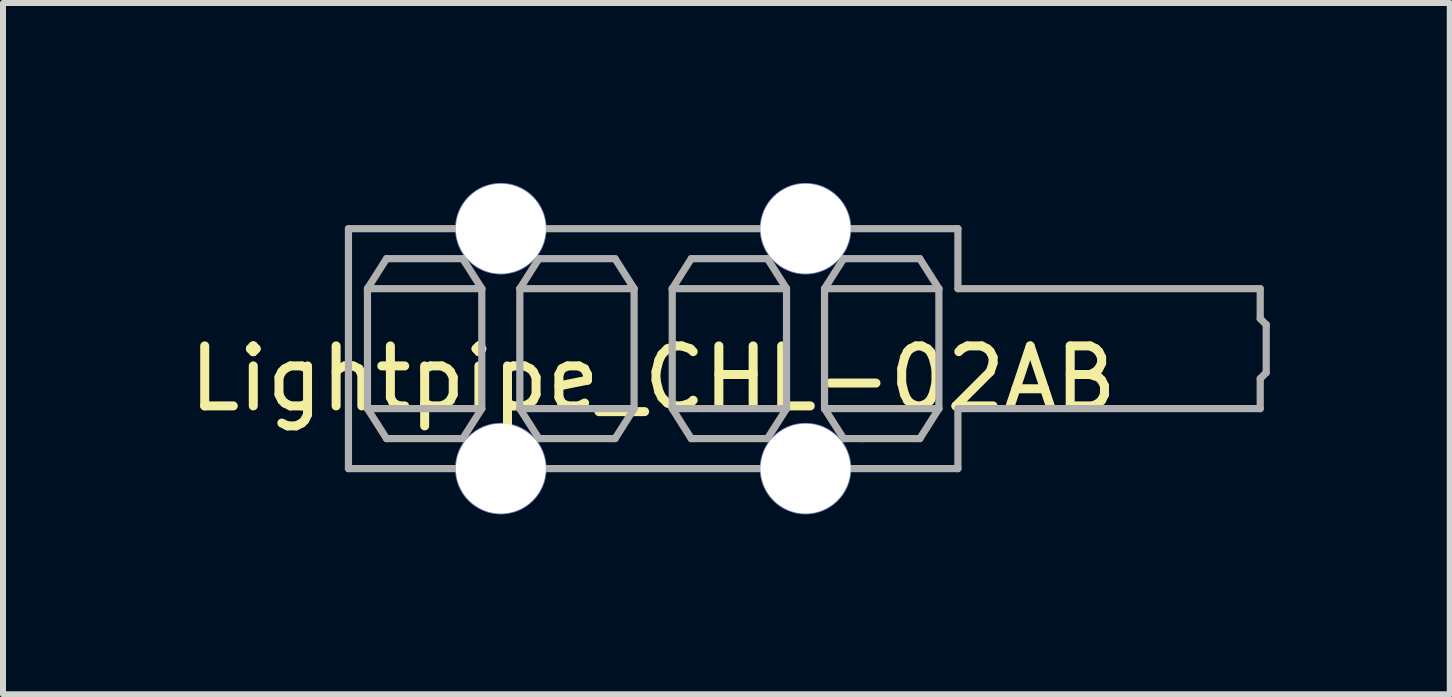
<source format=kicad_pcb>
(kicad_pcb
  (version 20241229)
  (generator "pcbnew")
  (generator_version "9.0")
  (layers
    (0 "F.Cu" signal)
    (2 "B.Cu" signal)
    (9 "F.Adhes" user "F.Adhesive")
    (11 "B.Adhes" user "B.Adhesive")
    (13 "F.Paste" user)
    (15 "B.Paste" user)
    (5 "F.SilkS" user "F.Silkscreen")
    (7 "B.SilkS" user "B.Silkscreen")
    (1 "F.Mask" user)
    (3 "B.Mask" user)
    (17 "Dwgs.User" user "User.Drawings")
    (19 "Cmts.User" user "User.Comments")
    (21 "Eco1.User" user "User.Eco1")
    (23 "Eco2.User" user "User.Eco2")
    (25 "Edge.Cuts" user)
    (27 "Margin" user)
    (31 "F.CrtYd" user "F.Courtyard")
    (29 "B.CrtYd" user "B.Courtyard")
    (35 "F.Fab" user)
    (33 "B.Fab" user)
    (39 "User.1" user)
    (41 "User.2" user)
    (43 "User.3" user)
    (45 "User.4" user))
  (footprint "Lightpipe_CHL-02AB"
    (layer "F.Cu")
    (at 7.839 2.762)
    (property "Reference" "Lightpipe_CHL-02AB" (at 0 0.5 0) (layer "F.SilkS") (effects (font (size 1 1) (thickness 0.15))))
    (attr through_hole)
    (fp_line (start -5.08 -2) (end -5.08 2) (stroke (width 0.12) (type solid)) (layer "F.Fab"))
    (fp_line (start -5.08 -2) (end 5.08 -2) (stroke (width 0.12) (type solid)) (layer "F.Fab"))
    (fp_line (start -5.08 2) (end 5.08 2) (stroke (width 0.12) (type solid)) (layer "F.Fab"))
    (fp_line (start -4.763 -1) (end -4.763 1) (stroke (width 0.12) (type solid)) (layer "F.Fab"))
    (fp_line (start -4.763 1) (end -4.445 1.5) (stroke (width 0.12) (type solid)) (layer "F.Fab"))
    (fp_line (start -4.763 1) (end -2.857 1) (stroke (width 0.12) (type solid)) (layer "F.Fab"))
    (fp_line (start -4.445 -1.5) (end -4.763 -1) (stroke (width 0.12) (type solid)) (layer "F.Fab"))
    (fp_line (start -4.445 1.5) (end -3.175 1.5) (stroke (width 0.12) (type solid)) (layer "F.Fab"))
    (fp_line (start -3.175 -1.5) (end -4.445 -1.5) (stroke (width 0.12) (type solid)) (layer "F.Fab"))
    (fp_line (start -3.175 1.5) (end -2.857 1) (stroke (width 0.12) (type solid)) (layer "F.Fab"))
    (fp_line (start -2.857 -1) (end -4.763 -1) (stroke (width 0.12) (type solid)) (layer "F.Fab"))
    (fp_line (start -2.857 -1) (end -3.175 -1.5) (stroke (width 0.12) (type solid)) (layer "F.Fab"))
    (fp_line (start -2.857 1) (end -2.857 -1) (stroke (width 0.12) (type solid)) (layer "F.Fab"))
    (fp_line (start -2.223 -1) (end -1.905 -1.5) (stroke (width 0.12) (type solid)) (layer "F.Fab"))
    (fp_line (start -2.223 -1) (end -0.318 -1) (stroke (width 0.12) (type solid)) (layer "F.Fab"))
    (fp_line (start -2.223 1) (end -2.223 -1) (stroke (width 0.12) (type solid)) (layer "F.Fab"))
    (fp_line (start -2.223 1) (end -0.318 1) (stroke (width 0.12) (type solid)) (layer "F.Fab"))
    (fp_line (start -1.905 -1.5) (end -0.635 -1.5) (stroke (width 0.12) (type solid)) (layer "F.Fab"))
    (fp_line (start -1.905 1.5) (end -2.223 1) (stroke (width 0.12) (type solid)) (layer "F.Fab"))
    (fp_line (start -0.635 -1.5) (end -0.318 -1) (stroke (width 0.12) (type solid)) (layer "F.Fab"))
    (fp_line (start -0.635 1.5) (end -1.905 1.5) (stroke (width 0.12) (type solid)) (layer "F.Fab"))
    (fp_line (start -0.318 -1) (end -0.318 1) (stroke (width 0.12) (type solid)) (layer "F.Fab"))
    (fp_line (start -0.318 1) (end -0.635 1.5) (stroke (width 0.12) (type solid)) (layer "F.Fab"))
    (fp_line (start 0.318 -1) (end 0.635 -1.5) (stroke (width 0.12) (type solid)) (layer "F.Fab"))
    (fp_line (start 0.318 -1) (end 2.223 -1) (stroke (width 0.12) (type solid)) (layer "F.Fab"))
    (fp_line (start 0.318 1) (end 0.318 -1) (stroke (width 0.12) (type solid)) (layer "F.Fab"))
    (fp_line (start 0.318 1) (end 0.635 1.5) (stroke (width 0.12) (type solid)) (layer "F.Fab"))
    (fp_line (start 0.635 -1.5) (end 1.905 -1.5) (stroke (width 0.12) (type solid)) (layer "F.Fab"))
    (fp_line (start 0.635 1.5) (end 1.905 1.5) (stroke (width 0.12) (type solid)) (layer "F.Fab"))
    (fp_line (start 1.905 -1.5) (end 2.223 -1) (stroke (width 0.12) (type solid)) (layer "F.Fab"))
    (fp_line (start 1.905 1.5) (end 2.223 1) (stroke (width 0.12) (type solid)) (layer "F.Fab"))
    (fp_line (start 2.223 -1) (end 2.223 1) (stroke (width 0.12) (type solid)) (layer "F.Fab"))
    (fp_line (start 2.223 1) (end 0.318 1) (stroke (width 0.12) (type solid)) (layer "F.Fab"))
    (fp_line (start 2.857 -1) (end 2.857 1) (stroke (width 0.12) (type solid)) (layer "F.Fab"))
    (fp_line (start 2.857 -1) (end 3.175 -1.5) (stroke (width 0.12) (type solid)) (layer "F.Fab"))
    (fp_line (start 2.857 1) (end 4.763 1) (stroke (width 0.12) (type solid)) (layer "F.Fab"))
    (fp_line (start 3.175 -1.5) (end 4.445 -1.5) (stroke (width 0.12) (type solid)) (layer "F.Fab"))
    (fp_line (start 3.175 1.5) (end 2.857 1) (stroke (width 0.12) (type solid)) (layer "F.Fab"))
    (fp_line (start 3.493 1.5) (end 3.175 1.5) (stroke (width 0.12) (type solid)) (layer "F.Fab"))
    (fp_line (start 4.445 -1.5) (end 4.763 -1) (stroke (width 0.12) (type solid)) (layer "F.Fab"))
    (fp_line (start 4.445 1.5) (end 3.493 1.5) (stroke (width 0.12) (type solid)) (layer "F.Fab"))
    (fp_line (start 4.763 -1) (end 2.857 -1) (stroke (width 0.12) (type solid)) (layer "F.Fab"))
    (fp_line (start 4.763 1) (end 4.445 1.5) (stroke (width 0.12) (type solid)) (layer "F.Fab"))
    (fp_line (start 4.763 1) (end 4.763 -1) (stroke (width 0.12) (type solid)) (layer "F.Fab"))
    (fp_line (start 5.08 -2) (end 5.08 -1) (stroke (width 0.12) (type solid)) (layer "F.Fab"))
    (fp_line (start 5.08 -1) (end 10.12 -1) (stroke (width 0.12) (type solid)) (layer "F.Fab"))
    (fp_line (start 5.08 1) (end 10.12 1) (stroke (width 0.12) (type solid)) (layer "F.Fab"))
    (fp_line (start 5.08 2) (end 5.08 1) (stroke (width 0.12) (type solid)) (layer "F.Fab"))
    (fp_line (start 10.12 -1) (end 10.12 -0.5) (stroke (width 0.12) (type solid)) (layer "F.Fab"))
    (fp_line (start 10.12 -0.5) (end 10.22 -0.4) (stroke (width 0.12) (type solid)) (layer "F.Fab"))
    (fp_line (start 10.12 1) (end 10.12 0.5) (stroke (width 0.12) (type solid)) (layer "F.Fab"))
    (fp_line (start 10.22 -0.4) (end 10.22 0.4) (stroke (width 0.12) (type solid)) (layer "F.Fab"))
    (fp_line (start 10.22 0.4) (end 10.12 0.5) (stroke (width 0.12) (type solid)) (layer "F.Fab"))
    (pad "" np_thru_hole circle (at -2.54 -2) (size 1.524 1.524) (drill 1.5) (layers "*.Cu" "*.Mask"))
    (pad "" np_thru_hole circle (at -2.54 2) (size 1.524 1.524) (drill 1.5) (layers "*.Cu" "*.Mask"))
    (pad "" np_thru_hole circle (at 2.54 -2) (size 1.524 1.524) (drill 1.5) (layers "*.Cu" "*.Mask"))
    (pad "" np_thru_hole circle (at 2.54 2) (size 1.524 1.524) (drill 1.5) (layers "*.Cu" "*.Mask")))
  (gr_rect
    (start -3 -3)
    (end 21.119 8.524)
    (stroke (width 0.1) (type default))
    (fill no)
    (layer "Edge.Cuts")))
</source>
